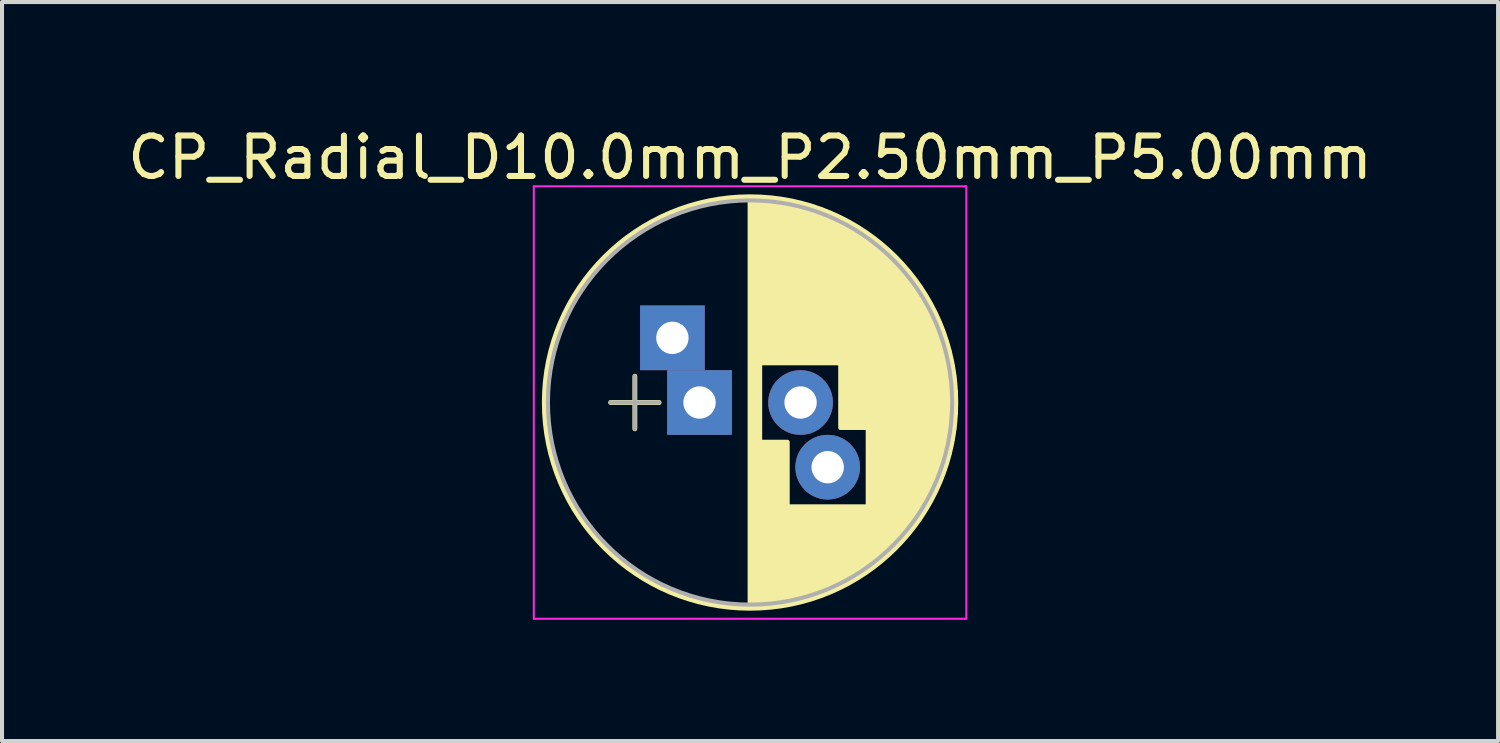
<source format=kicad_pcb>
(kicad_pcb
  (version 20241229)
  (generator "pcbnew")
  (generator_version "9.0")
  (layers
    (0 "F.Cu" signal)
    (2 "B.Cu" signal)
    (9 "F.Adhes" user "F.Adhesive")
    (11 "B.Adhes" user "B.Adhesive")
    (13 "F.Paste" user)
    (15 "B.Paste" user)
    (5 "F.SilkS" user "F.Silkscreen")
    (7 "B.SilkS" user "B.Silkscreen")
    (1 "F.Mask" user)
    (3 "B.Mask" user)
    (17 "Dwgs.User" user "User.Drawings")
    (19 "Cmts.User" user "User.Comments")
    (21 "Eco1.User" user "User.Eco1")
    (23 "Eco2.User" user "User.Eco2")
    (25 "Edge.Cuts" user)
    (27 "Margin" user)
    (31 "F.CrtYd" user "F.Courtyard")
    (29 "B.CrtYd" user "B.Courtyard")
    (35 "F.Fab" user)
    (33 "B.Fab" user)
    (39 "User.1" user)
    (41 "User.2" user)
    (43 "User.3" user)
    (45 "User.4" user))
  (footprint "CP_Radial_D10.0mm_P2.50mm_P5.00mm"
    (layer "F.Cu")
    (at 14.256 6.908)
    (property "Reference" "CP_Radial_D10.0mm_P2.50mm_P5.00mm" (at 1.25 -6.06 0) (layer "F.SilkS") (effects (font (size 1 1) (thickness 0.15))))
    (attr through_hole)
    (fp_line (start -2.2 0) (end -1 0) (stroke (width 0.12) (type solid)) (layer "F.SilkS"))
    (fp_line (start -1.6 -0.65) (end -1.6 0.65) (stroke (width 0.12) (type solid)) (layer "F.SilkS"))
    (fp_line (start 1.25 -5.05) (end 1.25 5.05) (stroke (width 0.12) (type solid)) (layer "F.SilkS"))
    (fp_line (start 1.29 -5.05) (end 1.29 5.05) (stroke (width 0.12) (type solid)) (layer "F.SilkS"))
    (fp_line (start 1.33 -5.05) (end 1.33 5.05) (stroke (width 0.12) (type solid)) (layer "F.SilkS"))
    (fp_line (start 1.37 -5.049) (end 1.37 5.049) (stroke (width 0.12) (type solid)) (layer "F.SilkS"))
    (fp_line (start 1.41 -5.048) (end 1.41 5.048) (stroke (width 0.12) (type solid)) (layer "F.SilkS"))
    (fp_line (start 1.45 -5.047) (end 1.45 5.047) (stroke (width 0.12) (type solid)) (layer "F.SilkS"))
    (fp_line (start 1.49 -5.045) (end 1.49 5.045) (stroke (width 0.12) (type solid)) (layer "F.SilkS"))
    (fp_line (start 1.53 -5.043) (end 1.53 -0.98) (stroke (width 0.12) (type solid)) (layer "F.SilkS"))
    (fp_line (start 1.53 0.98) (end 1.53 5.043) (stroke (width 0.12) (type solid)) (layer "F.SilkS"))
    (fp_line (start 1.57 -5.04) (end 1.57 -0.98) (stroke (width 0.12) (type solid)) (layer "F.SilkS"))
    (fp_line (start 1.57 0.98) (end 1.57 5.04) (stroke (width 0.12) (type solid)) (layer "F.SilkS"))
    (fp_line (start 1.61 -5.038) (end 1.61 -0.98) (stroke (width 0.12) (type solid)) (layer "F.SilkS"))
    (fp_line (start 1.61 0.98) (end 1.61 5.038) (stroke (width 0.12) (type solid)) (layer "F.SilkS"))
    (fp_line (start 1.65 -5.035) (end 1.65 -0.98) (stroke (width 0.12) (type solid)) (layer "F.SilkS"))
    (fp_line (start 1.65 0.98) (end 1.65 5.035) (stroke (width 0.12) (type solid)) (layer "F.SilkS"))
    (fp_line (start 1.69 -5.031) (end 1.69 -0.98) (stroke (width 0.12) (type solid)) (layer "F.SilkS"))
    (fp_line (start 1.69 0.98) (end 1.69 5.031) (stroke (width 0.12) (type solid)) (layer "F.SilkS"))
    (fp_line (start 1.73 -5.028) (end 1.73 -0.98) (stroke (width 0.12) (type solid)) (layer "F.SilkS"))
    (fp_line (start 1.73 0.98) (end 1.73 5.028) (stroke (width 0.12) (type solid)) (layer "F.SilkS"))
    (fp_line (start 1.77 -5.024) (end 1.77 -0.98) (stroke (width 0.12) (type solid)) (layer "F.SilkS"))
    (fp_line (start 1.77 0.98) (end 1.77 5.024) (stroke (width 0.12) (type solid)) (layer "F.SilkS"))
    (fp_line (start 1.81 -5.02) (end 1.81 -0.98) (stroke (width 0.12) (type solid)) (layer "F.SilkS"))
    (fp_line (start 1.81 0.98) (end 1.81 5.02) (stroke (width 0.12) (type solid)) (layer "F.SilkS"))
    (fp_line (start 1.85 -5.015) (end 1.85 -0.98) (stroke (width 0.12) (type solid)) (layer "F.SilkS"))
    (fp_line (start 1.85 0.98) (end 1.85 5.015) (stroke (width 0.12) (type solid)) (layer "F.SilkS"))
    (fp_line (start 1.89 -5.01) (end 1.89 -0.98) (stroke (width 0.12) (type solid)) (layer "F.SilkS"))
    (fp_line (start 1.89 0.98) (end 1.89 5.01) (stroke (width 0.12) (type solid)) (layer "F.SilkS"))
    (fp_line (start 1.93 -5.005) (end 1.93 -0.98) (stroke (width 0.12) (type solid)) (layer "F.SilkS"))
    (fp_line (start 1.93 0.98) (end 1.93 5.005) (stroke (width 0.12) (type solid)) (layer "F.SilkS"))
    (fp_line (start 1.971 -4.999) (end 1.971 -0.98) (stroke (width 0.12) (type solid)) (layer "F.SilkS"))
    (fp_line (start 1.971 0.98) (end 1.971 4.999) (stroke (width 0.12) (type solid)) (layer "F.SilkS"))
    (fp_line (start 2.011 -4.993) (end 2.011 -0.98) (stroke (width 0.12) (type solid)) (layer "F.SilkS"))
    (fp_line (start 2.011 0.98) (end 2.011 4.993) (stroke (width 0.12) (type solid)) (layer "F.SilkS"))
    (fp_line (start 2.051 -4.987) (end 2.051 -0.98) (stroke (width 0.12) (type solid)) (layer "F.SilkS"))
    (fp_line (start 2.051 0.98) (end 2.051 4.987) (stroke (width 0.12) (type solid)) (layer "F.SilkS"))
    (fp_line (start 2.091 -4.981) (end 2.091 -0.98) (stroke (width 0.12) (type solid)) (layer "F.SilkS"))
    (fp_line (start 2.091 0.98) (end 2.091 4.981) (stroke (width 0.12) (type solid)) (layer "F.SilkS"))
    (fp_line (start 2.131 -4.974) (end 2.131 -0.98) (stroke (width 0.12) (type solid)) (layer "F.SilkS"))
    (fp_line (start 2.131 0.98) (end 2.131 4.974) (stroke (width 0.12) (type solid)) (layer "F.SilkS"))
    (fp_line (start 2.171 -4.967) (end 2.171 -0.98) (stroke (width 0.12) (type solid)) (layer "F.SilkS"))
    (fp_line (start 2.171 0.98) (end 2.171 4.967) (stroke (width 0.12) (type solid)) (layer "F.SilkS"))
    (fp_line (start 2.211 -4.959) (end 2.211 -0.98) (stroke (width 0.12) (type solid)) (layer "F.SilkS"))
    (fp_line (start 2.211 2.58) (end 2.211 4.959) (stroke (width 0.12) (type solid)) (layer "F.SilkS"))
    (fp_line (start 2.251 -4.951) (end 2.251 -0.98) (stroke (width 0.12) (type solid)) (layer "F.SilkS"))
    (fp_line (start 2.251 2.58) (end 2.251 4.951) (stroke (width 0.12) (type solid)) (layer "F.SilkS"))
    (fp_line (start 2.291 -4.943) (end 2.291 -0.98) (stroke (width 0.12) (type solid)) (layer "F.SilkS"))
    (fp_line (start 2.291 2.58) (end 2.291 4.943) (stroke (width 0.12) (type solid)) (layer "F.SilkS"))
    (fp_line (start 2.331 -4.935) (end 2.331 -0.98) (stroke (width 0.12) (type solid)) (layer "F.SilkS"))
    (fp_line (start 2.331 2.58) (end 2.331 4.935) (stroke (width 0.12) (type solid)) (layer "F.SilkS"))
    (fp_line (start 2.371 -4.926) (end 2.371 -0.98) (stroke (width 0.12) (type solid)) (layer "F.SilkS"))
    (fp_line (start 2.371 2.58) (end 2.371 4.926) (stroke (width 0.12) (type solid)) (layer "F.SilkS"))
    (fp_line (start 2.411 -4.917) (end 2.411 -0.98) (stroke (width 0.12) (type solid)) (layer "F.SilkS"))
    (fp_line (start 2.411 2.58) (end 2.411 4.917) (stroke (width 0.12) (type solid)) (layer "F.SilkS"))
    (fp_line (start 2.451 -4.907) (end 2.451 -0.98) (stroke (width 0.12) (type solid)) (layer "F.SilkS"))
    (fp_line (start 2.451 2.58) (end 2.451 4.907) (stroke (width 0.12) (type solid)) (layer "F.SilkS"))
    (fp_line (start 2.491 -4.897) (end 2.491 -0.98) (stroke (width 0.12) (type solid)) (layer "F.SilkS"))
    (fp_line (start 2.491 2.58) (end 2.491 4.897) (stroke (width 0.12) (type solid)) (layer "F.SilkS"))
    (fp_line (start 2.531 -4.887) (end 2.531 -0.98) (stroke (width 0.12) (type solid)) (layer "F.SilkS"))
    (fp_line (start 2.531 2.58) (end 2.531 4.887) (stroke (width 0.12) (type solid)) (layer "F.SilkS"))
    (fp_line (start 2.571 -4.876) (end 2.571 -0.98) (stroke (width 0.12) (type solid)) (layer "F.SilkS"))
    (fp_line (start 2.571 2.58) (end 2.571 4.876) (stroke (width 0.12) (type solid)) (layer "F.SilkS"))
    (fp_line (start 2.611 -4.865) (end 2.611 -0.98) (stroke (width 0.12) (type solid)) (layer "F.SilkS"))
    (fp_line (start 2.611 2.58) (end 2.611 4.865) (stroke (width 0.12) (type solid)) (layer "F.SilkS"))
    (fp_line (start 2.651 -4.854) (end 2.651 -0.98) (stroke (width 0.12) (type solid)) (layer "F.SilkS"))
    (fp_line (start 2.651 2.58) (end 2.651 4.854) (stroke (width 0.12) (type solid)) (layer "F.SilkS"))
    (fp_line (start 2.691 -4.843) (end 2.691 -0.98) (stroke (width 0.12) (type solid)) (layer "F.SilkS"))
    (fp_line (start 2.691 2.58) (end 2.691 4.843) (stroke (width 0.12) (type solid)) (layer "F.SilkS"))
    (fp_line (start 2.731 -4.831) (end 2.731 -0.98) (stroke (width 0.12) (type solid)) (layer "F.SilkS"))
    (fp_line (start 2.731 2.58) (end 2.731 4.831) (stroke (width 0.12) (type solid)) (layer "F.SilkS"))
    (fp_line (start 2.771 -4.818) (end 2.771 -0.98) (stroke (width 0.12) (type solid)) (layer "F.SilkS"))
    (fp_line (start 2.771 2.58) (end 2.771 4.818) (stroke (width 0.12) (type solid)) (layer "F.SilkS"))
    (fp_line (start 2.811 -4.806) (end 2.811 -0.98) (stroke (width 0.12) (type solid)) (layer "F.SilkS"))
    (fp_line (start 2.811 2.58) (end 2.811 4.806) (stroke (width 0.12) (type solid)) (layer "F.SilkS"))
    (fp_line (start 2.851 -4.792) (end 2.851 -0.98) (stroke (width 0.12) (type solid)) (layer "F.SilkS"))
    (fp_line (start 2.851 2.58) (end 2.851 4.792) (stroke (width 0.12) (type solid)) (layer "F.SilkS"))
    (fp_line (start 2.891 -4.779) (end 2.891 -0.98) (stroke (width 0.12) (type solid)) (layer "F.SilkS"))
    (fp_line (start 2.891 2.58) (end 2.891 4.779) (stroke (width 0.12) (type solid)) (layer "F.SilkS"))
    (fp_line (start 2.931 -4.765) (end 2.931 -0.98) (stroke (width 0.12) (type solid)) (layer "F.SilkS"))
    (fp_line (start 2.931 2.58) (end 2.931 4.765) (stroke (width 0.12) (type solid)) (layer "F.SilkS"))
    (fp_line (start 2.971 -4.751) (end 2.971 -0.98) (stroke (width 0.12) (type solid)) (layer "F.SilkS"))
    (fp_line (start 2.971 2.58) (end 2.971 4.751) (stroke (width 0.12) (type solid)) (layer "F.SilkS"))
    (fp_line (start 3.011 -4.737) (end 3.011 -0.98) (stroke (width 0.12) (type solid)) (layer "F.SilkS"))
    (fp_line (start 3.011 2.58) (end 3.011 4.737) (stroke (width 0.12) (type solid)) (layer "F.SilkS"))
    (fp_line (start 3.051 -4.722) (end 3.051 -0.98) (stroke (width 0.12) (type solid)) (layer "F.SilkS"))
    (fp_line (start 3.051 2.58) (end 3.051 4.722) (stroke (width 0.12) (type solid)) (layer "F.SilkS"))
    (fp_line (start 3.091 -4.706) (end 3.091 -0.98) (stroke (width 0.12) (type solid)) (layer "F.SilkS"))
    (fp_line (start 3.091 2.58) (end 3.091 4.706) (stroke (width 0.12) (type solid)) (layer "F.SilkS"))
    (fp_line (start 3.131 -4.691) (end 3.131 -0.98) (stroke (width 0.12) (type solid)) (layer "F.SilkS"))
    (fp_line (start 3.131 2.58) (end 3.131 4.691) (stroke (width 0.12) (type solid)) (layer "F.SilkS"))
    (fp_line (start 3.171 -4.674) (end 3.171 -0.98) (stroke (width 0.12) (type solid)) (layer "F.SilkS"))
    (fp_line (start 3.171 2.58) (end 3.171 4.674) (stroke (width 0.12) (type solid)) (layer "F.SilkS"))
    (fp_line (start 3.211 -4.658) (end 3.211 -0.98) (stroke (width 0.12) (type solid)) (layer "F.SilkS"))
    (fp_line (start 3.211 2.58) (end 3.211 4.658) (stroke (width 0.12) (type solid)) (layer "F.SilkS"))
    (fp_line (start 3.251 -4.641) (end 3.251 -0.98) (stroke (width 0.12) (type solid)) (layer "F.SilkS"))
    (fp_line (start 3.251 2.58) (end 3.251 4.641) (stroke (width 0.12) (type solid)) (layer "F.SilkS"))
    (fp_line (start 3.291 -4.624) (end 3.291 -0.98) (stroke (width 0.12) (type solid)) (layer "F.SilkS"))
    (fp_line (start 3.291 2.58) (end 3.291 4.624) (stroke (width 0.12) (type solid)) (layer "F.SilkS"))
    (fp_line (start 3.331 -4.606) (end 3.331 -0.98) (stroke (width 0.12) (type solid)) (layer "F.SilkS"))
    (fp_line (start 3.331 2.58) (end 3.331 4.606) (stroke (width 0.12) (type solid)) (layer "F.SilkS"))
    (fp_line (start 3.371 -4.588) (end 3.371 -0.98) (stroke (width 0.12) (type solid)) (layer "F.SilkS"))
    (fp_line (start 3.371 2.58) (end 3.371 4.588) (stroke (width 0.12) (type solid)) (layer "F.SilkS"))
    (fp_line (start 3.411 -4.569) (end 3.411 -0.98) (stroke (width 0.12) (type solid)) (layer "F.SilkS"))
    (fp_line (start 3.411 2.58) (end 3.411 4.569) (stroke (width 0.12) (type solid)) (layer "F.SilkS"))
    (fp_line (start 3.451 -4.55) (end 3.451 -0.98) (stroke (width 0.12) (type solid)) (layer "F.SilkS"))
    (fp_line (start 3.451 2.58) (end 3.451 4.55) (stroke (width 0.12) (type solid)) (layer "F.SilkS"))
    (fp_line (start 3.491 -4.531) (end 3.491 0.621) (stroke (width 0.12) (type solid)) (layer "F.SilkS"))
    (fp_line (start 3.491 2.58) (end 3.491 4.531) (stroke (width 0.12) (type solid)) (layer "F.SilkS"))
    (fp_line (start 3.531 -4.511) (end 3.531 0.621) (stroke (width 0.12) (type solid)) (layer "F.SilkS"))
    (fp_line (start 3.531 2.58) (end 3.531 4.511) (stroke (width 0.12) (type solid)) (layer "F.SilkS"))
    (fp_line (start 3.571 -4.491) (end 3.571 0.621) (stroke (width 0.12) (type solid)) (layer "F.SilkS"))
    (fp_line (start 3.571 2.58) (end 3.571 4.491) (stroke (width 0.12) (type solid)) (layer "F.SilkS"))
    (fp_line (start 3.611 -4.47) (end 3.611 0.621) (stroke (width 0.12) (type solid)) (layer "F.SilkS"))
    (fp_line (start 3.611 2.58) (end 3.611 4.47) (stroke (width 0.12) (type solid)) (layer "F.SilkS"))
    (fp_line (start 3.651 -4.449) (end 3.651 0.621) (stroke (width 0.12) (type solid)) (layer "F.SilkS"))
    (fp_line (start 3.651 2.58) (end 3.651 4.449) (stroke (width 0.12) (type solid)) (layer "F.SilkS"))
    (fp_line (start 3.691 -4.428) (end 3.691 0.621) (stroke (width 0.12) (type solid)) (layer "F.SilkS"))
    (fp_line (start 3.691 2.58) (end 3.691 4.428) (stroke (width 0.12) (type solid)) (layer "F.SilkS"))
    (fp_line (start 3.731 -4.405) (end 3.731 0.621) (stroke (width 0.12) (type solid)) (layer "F.SilkS"))
    (fp_line (start 3.731 2.58) (end 3.731 4.405) (stroke (width 0.12) (type solid)) (layer "F.SilkS"))
    (fp_line (start 3.771 -4.383) (end 3.771 0.621) (stroke (width 0.12) (type solid)) (layer "F.SilkS"))
    (fp_line (start 3.771 2.58) (end 3.771 4.383) (stroke (width 0.12) (type solid)) (layer "F.SilkS"))
    (fp_line (start 3.811 -4.36) (end 3.811 0.621) (stroke (width 0.12) (type solid)) (layer "F.SilkS"))
    (fp_line (start 3.811 2.58) (end 3.811 4.36) (stroke (width 0.12) (type solid)) (layer "F.SilkS"))
    (fp_line (start 3.851 -4.336) (end 3.851 0.621) (stroke (width 0.12) (type solid)) (layer "F.SilkS"))
    (fp_line (start 3.851 2.58) (end 3.851 4.336) (stroke (width 0.12) (type solid)) (layer "F.SilkS"))
    (fp_line (start 3.891 -4.312) (end 3.891 0.621) (stroke (width 0.12) (type solid)) (layer "F.SilkS"))
    (fp_line (start 3.891 2.58) (end 3.891 4.312) (stroke (width 0.12) (type solid)) (layer "F.SilkS"))
    (fp_line (start 3.931 -4.288) (end 3.931 0.621) (stroke (width 0.12) (type solid)) (layer "F.SilkS"))
    (fp_line (start 3.931 2.58) (end 3.931 4.288) (stroke (width 0.12) (type solid)) (layer "F.SilkS"))
    (fp_line (start 3.971 -4.263) (end 3.971 0.621) (stroke (width 0.12) (type solid)) (layer "F.SilkS"))
    (fp_line (start 3.971 2.58) (end 3.971 4.263) (stroke (width 0.12) (type solid)) (layer "F.SilkS"))
    (fp_line (start 4.011 -4.237) (end 4.011 0.621) (stroke (width 0.12) (type solid)) (layer "F.SilkS"))
    (fp_line (start 4.011 2.58) (end 4.011 4.237) (stroke (width 0.12) (type solid)) (layer "F.SilkS"))
    (fp_line (start 4.051 -4.211) (end 4.051 0.621) (stroke (width 0.12) (type solid)) (layer "F.SilkS"))
    (fp_line (start 4.051 2.58) (end 4.051 4.211) (stroke (width 0.12) (type solid)) (layer "F.SilkS"))
    (fp_line (start 4.091 -4.185) (end 4.091 0.621) (stroke (width 0.12) (type solid)) (layer "F.SilkS"))
    (fp_line (start 4.091 2.58) (end 4.091 4.185) (stroke (width 0.12) (type solid)) (layer "F.SilkS"))
    (fp_line (start 4.131 -4.157) (end 4.131 0.621) (stroke (width 0.12) (type solid)) (layer "F.SilkS"))
    (fp_line (start 4.131 2.58) (end 4.131 4.157) (stroke (width 0.12) (type solid)) (layer "F.SilkS"))
    (fp_line (start 4.171 -4.13) (end 4.171 4.13) (stroke (width 0.12) (type solid)) (layer "F.SilkS"))
    (fp_line (start 4.211 -4.101) (end 4.211 4.101) (stroke (width 0.12) (type solid)) (layer "F.SilkS"))
    (fp_line (start 4.251 -4.072) (end 4.251 4.072) (stroke (width 0.12) (type solid)) (layer "F.SilkS"))
    (fp_line (start 4.291 -4.043) (end 4.291 4.043) (stroke (width 0.12) (type solid)) (layer "F.SilkS"))
    (fp_line (start 4.331 -4.013) (end 4.331 4.013) (stroke (width 0.12) (type solid)) (layer "F.SilkS"))
    (fp_line (start 4.371 -3.982) (end 4.371 3.982) (stroke (width 0.12) (type solid)) (layer "F.SilkS"))
    (fp_line (start 4.411 -3.951) (end 4.411 3.951) (stroke (width 0.12) (type solid)) (layer "F.SilkS"))
    (fp_line (start 4.451 -3.919) (end 4.451 3.919) (stroke (width 0.12) (type solid)) (layer "F.SilkS"))
    (fp_line (start 4.491 -3.886) (end 4.491 3.886) (stroke (width 0.12) (type solid)) (layer "F.SilkS"))
    (fp_line (start 4.531 -3.853) (end 4.531 3.853) (stroke (width 0.12) (type solid)) (layer "F.SilkS"))
    (fp_line (start 4.571 -3.819) (end 4.571 3.819) (stroke (width 0.12) (type solid)) (layer "F.SilkS"))
    (fp_line (start 4.611 -3.784) (end 4.611 3.784) (stroke (width 0.12) (type solid)) (layer "F.SilkS"))
    (fp_line (start 4.651 -3.748) (end 4.651 3.748) (stroke (width 0.12) (type solid)) (layer "F.SilkS"))
    (fp_line (start 4.691 -3.712) (end 4.691 3.712) (stroke (width 0.12) (type solid)) (layer "F.SilkS"))
    (fp_line (start 4.731 -3.675) (end 4.731 3.675) (stroke (width 0.12) (type solid)) (layer "F.SilkS"))
    (fp_line (start 4.771 -3.637) (end 4.771 3.637) (stroke (width 0.12) (type solid)) (layer "F.SilkS"))
    (fp_line (start 4.811 -3.598) (end 4.811 3.598) (stroke (width 0.12) (type solid)) (layer "F.SilkS"))
    (fp_line (start 4.851 -3.559) (end 4.851 3.559) (stroke (width 0.12) (type solid)) (layer "F.SilkS"))
    (fp_line (start 4.891 -3.518) (end 4.891 3.518) (stroke (width 0.12) (type solid)) (layer "F.SilkS"))
    (fp_line (start 4.931 -3.477) (end 4.931 3.477) (stroke (width 0.12) (type solid)) (layer "F.SilkS"))
    (fp_line (start 4.971 -3.435) (end 4.971 3.435) (stroke (width 0.12) (type solid)) (layer "F.SilkS"))
    (fp_line (start 5.011 -3.391) (end 5.011 3.391) (stroke (width 0.12) (type solid)) (layer "F.SilkS"))
    (fp_line (start 5.051 -3.347) (end 5.051 3.347) (stroke (width 0.12) (type solid)) (layer "F.SilkS"))
    (fp_line (start 5.091 -3.302) (end 5.091 3.302) (stroke (width 0.12) (type solid)) (layer "F.SilkS"))
    (fp_line (start 5.131 -3.255) (end 5.131 3.255) (stroke (width 0.12) (type solid)) (layer "F.SilkS"))
    (fp_line (start 5.171 -3.207) (end 5.171 3.207) (stroke (width 0.12) (type solid)) (layer "F.SilkS"))
    (fp_line (start 5.211 -3.158) (end 5.211 3.158) (stroke (width 0.12) (type solid)) (layer "F.SilkS"))
    (fp_line (start 5.251 -3.108) (end 5.251 3.108) (stroke (width 0.12) (type solid)) (layer "F.SilkS"))
    (fp_line (start 5.291 -3.057) (end 5.291 3.057) (stroke (width 0.12) (type solid)) (layer "F.SilkS"))
    (fp_line (start 5.331 -3.004) (end 5.331 3.004) (stroke (width 0.12) (type solid)) (layer "F.SilkS"))
    (fp_line (start 5.371 -2.949) (end 5.371 2.949) (stroke (width 0.12) (type solid)) (layer "F.SilkS"))
    (fp_line (start 5.411 -2.894) (end 5.411 2.894) (stroke (width 0.12) (type solid)) (layer "F.SilkS"))
    (fp_line (start 5.451 -2.836) (end 5.451 2.836) (stroke (width 0.12) (type solid)) (layer "F.SilkS"))
    (fp_line (start 5.491 -2.777) (end 5.491 2.777) (stroke (width 0.12) (type solid)) (layer "F.SilkS"))
    (fp_line (start 5.531 -2.715) (end 5.531 2.715) (stroke (width 0.12) (type solid)) (layer "F.SilkS"))
    (fp_line (start 5.571 -2.652) (end 5.571 2.652) (stroke (width 0.12) (type solid)) (layer "F.SilkS"))
    (fp_line (start 5.611 -2.587) (end 5.611 2.587) (stroke (width 0.12) (type solid)) (layer "F.SilkS"))
    (fp_line (start 5.651 -2.519) (end 5.651 2.519) (stroke (width 0.12) (type solid)) (layer "F.SilkS"))
    (fp_line (start 5.691 -2.449) (end 5.691 2.449) (stroke (width 0.12) (type solid)) (layer "F.SilkS"))
    (fp_line (start 5.731 -2.377) (end 5.731 2.377) (stroke (width 0.12) (type solid)) (layer "F.SilkS"))
    (fp_line (start 5.771 -2.301) (end 5.771 2.301) (stroke (width 0.12) (type solid)) (layer "F.SilkS"))
    (fp_line (start 5.811 -2.222) (end 5.811 2.222) (stroke (width 0.12) (type solid)) (layer "F.SilkS"))
    (fp_line (start 5.851 -2.14) (end 5.851 2.14) (stroke (width 0.12) (type solid)) (layer "F.SilkS"))
    (fp_line (start 5.891 -2.053) (end 5.891 2.053) (stroke (width 0.12) (type solid)) (layer "F.SilkS"))
    (fp_line (start 5.931 -1.962) (end 5.931 1.962) (stroke (width 0.12) (type solid)) (layer "F.SilkS"))
    (fp_line (start 5.971 -1.866) (end 5.971 1.866) (stroke (width 0.12) (type solid)) (layer "F.SilkS"))
    (fp_line (start 6.011 -1.763) (end 6.011 1.763) (stroke (width 0.12) (type solid)) (layer "F.SilkS"))
    (fp_line (start 6.051 -1.654) (end 6.051 1.654) (stroke (width 0.12) (type solid)) (layer "F.SilkS"))
    (fp_line (start 6.091 -1.536) (end 6.091 1.536) (stroke (width 0.12) (type solid)) (layer "F.SilkS"))
    (fp_line (start 6.131 -1.407) (end 6.131 1.407) (stroke (width 0.12) (type solid)) (layer "F.SilkS"))
    (fp_line (start 6.171 -1.265) (end 6.171 1.265) (stroke (width 0.12) (type solid)) (layer "F.SilkS"))
    (fp_line (start 6.211 -1.104) (end 6.211 1.104) (stroke (width 0.12) (type solid)) (layer "F.SilkS"))
    (fp_line (start 6.251 -0.913) (end 6.251 0.913) (stroke (width 0.12) (type solid)) (layer "F.SilkS"))
    (fp_line (start 6.291 -0.672) (end 6.291 0.672) (stroke (width 0.12) (type solid)) (layer "F.SilkS"))
    (fp_line (start 6.331 -0.279) (end 6.331 0.279) (stroke (width 0.12) (type solid)) (layer "F.SilkS"))
    (fp_circle (center 1.25 0) (end 6.34 0) (stroke (width 0.12) (type solid)) (fill no) (layer "F.SilkS"))
    (fp_line (start -4.1 -5.35) (end -4.1 5.35) (stroke (width 0.05) (type solid)) (layer "F.CrtYd"))
    (fp_line (start -4.1 5.35) (end 6.6 5.35) (stroke (width 0.05) (type solid)) (layer "F.CrtYd"))
    (fp_line (start 6.6 -5.35) (end -4.1 -5.35) (stroke (width 0.05) (type solid)) (layer "F.CrtYd"))
    (fp_line (start 6.6 5.35) (end 6.6 -5.35) (stroke (width 0.05) (type solid)) (layer "F.CrtYd"))
    (fp_line (start -2.2 0) (end -1 0) (stroke (width 0.1) (type solid)) (layer "F.Fab"))
    (fp_line (start -1.6 -0.65) (end -1.6 0.65) (stroke (width 0.1) (type solid)) (layer "F.Fab"))
    (fp_circle (center 1.25 0) (end 6.25 0) (stroke (width 0.1) (type solid)) (fill no) (layer "F.Fab"))
    (pad "1" thru_hole rect (at -0.671 -1.6) (size 1.6 1.6) (drill 0.8) (layers "*.Cu" "*.Mask"))
    (pad "1" thru_hole rect (at 0 0) (size 1.6 1.6) (drill 0.8) (layers "*.Cu" "*.Mask"))
    (pad "2" thru_hole circle (at 2.5 0) (size 1.6 1.6) (drill 0.8) (layers "*.Cu" "*.Mask"))
    (pad "2" thru_hole circle (at 3.171 1.6) (size 1.6 1.6) (drill 0.8) (layers "*.Cu" "*.Mask")))
  (gr_rect
    (start -3 -3)
    (end 34.012 15.283)
    (stroke (width 0.1) (type default))
    (fill no)
    (layer "Edge.Cuts")))
</source>
